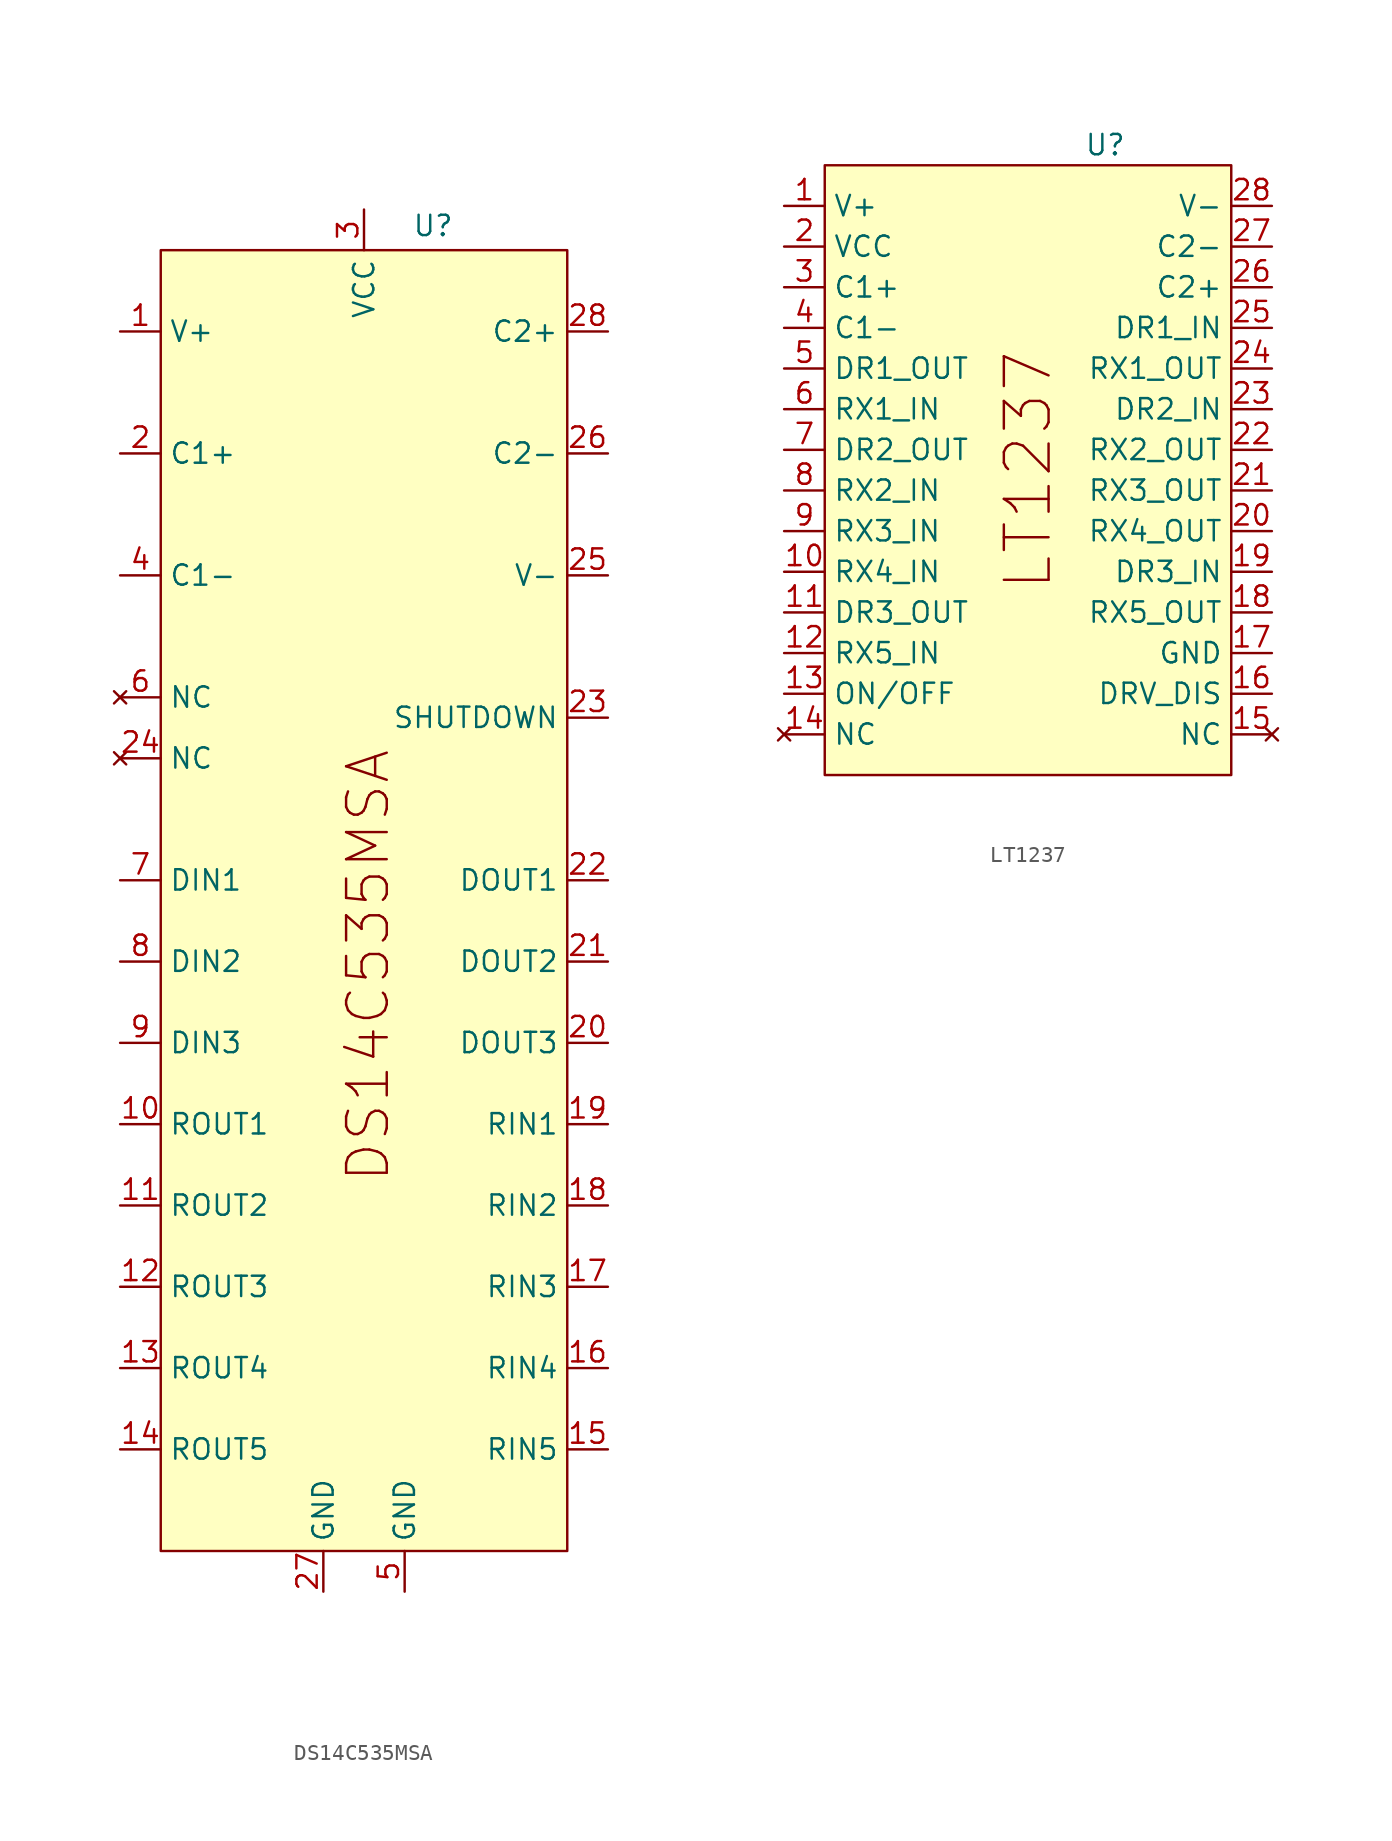
<source format=kicad_sym>
(kicad_symbol_lib
  (version 20241209)
  (generator "kicad_symbol_editor")
  (generator_version "9.0")
  (symbol "DS14C535MSA"
    (property "Reference" "U"
      (at 4.318 42.164 0)
      (effects (font (size 1.27 1.27))))
    (property "Value" ""
      (at 0 0 0)
      (effects (font (size 1.27 1.27))))
    (symbol "DS14C535MSA_1_1"
      (rectangle (start -12.7 40.64) (end 12.7 -40.64) (stroke (width 0) (type solid)) (fill (type color) (color 255 255 194 1)))
      (text "DS14C535MSA" (at 0.254 -4.064 900) (effects (font (size 2.54 2.54))))
      (pin passive line (at -15.24 35.56 0) (length 2.54) (name "V+" (effects (font (size 1.27 1.27)))) (number "1" (effects (font (size 1.27 1.27)))))
      (pin passive line (at -15.24 27.94 0) (length 2.54) (name "C1+" (effects (font (size 1.27 1.27)))) (number "2" (effects (font (size 1.27 1.27)))))
      (pin passive line (at -15.24 20.32 0) (length 2.54) (name "C1-" (effects (font (size 1.27 1.27)))) (number "4" (effects (font (size 1.27 1.27)))))
      (pin no_connect line (at -15.24 12.7 0) (length 2.54) (name "NC" (effects (font (size 1.27 1.27)))) (number "6" (effects (font (size 1.27 1.27)))))
      (pin no_connect line (at -15.24 8.89 0) (length 2.54) (name "NC" (effects (font (size 1.27 1.27)))) (number "24" (effects (font (size 1.27 1.27)))))
      (pin input line (at -15.24 1.27 0) (length 2.54) (name "DIN1" (effects (font (size 1.27 1.27)))) (number "7" (effects (font (size 1.27 1.27)))))
      (pin input line (at -15.24 -3.81 0) (length 2.54) (name "DIN2" (effects (font (size 1.27 1.27)))) (number "8" (effects (font (size 1.27 1.27)))))
      (pin input line (at -15.24 -8.89 0) (length 2.54) (name "DIN3" (effects (font (size 1.27 1.27)))) (number "9" (effects (font (size 1.27 1.27)))))
      (pin output line (at -15.24 -13.97 0) (length 2.54) (name "ROUT1" (effects (font (size 1.27 1.27)))) (number "10" (effects (font (size 1.27 1.27)))))
      (pin output line (at -15.24 -19.05 0) (length 2.54) (name "ROUT2" (effects (font (size 1.27 1.27)))) (number "11" (effects (font (size 1.27 1.27)))))
      (pin output line (at -15.24 -24.13 0) (length 2.54) (name "ROUT3" (effects (font (size 1.27 1.27)))) (number "12" (effects (font (size 1.27 1.27)))))
      (pin output line (at -15.24 -29.21 0) (length 2.54) (name "ROUT4" (effects (font (size 1.27 1.27)))) (number "13" (effects (font (size 1.27 1.27)))))
      (pin output line (at -15.24 -34.29 0) (length 2.54) (name "ROUT5" (effects (font (size 1.27 1.27)))) (number "14" (effects (font (size 1.27 1.27)))))
      (pin power_in line (at -2.54 -43.18 90) (length 2.54) (name "GND" (effects (font (size 1.27 1.27)))) (number "27" (effects (font (size 1.27 1.27)))))
      (pin power_in line (at 0 43.18 270) (length 2.54) (name "VCC" (effects (font (size 1.27 1.27)))) (number "3" (effects (font (size 1.27 1.27)))))
      (pin power_in line (at 2.54 -43.18 90) (length 2.54) (name "GND" (effects (font (size 1.27 1.27)))) (number "5" (effects (font (size 1.27 1.27)))))
      (pin passive line (at 15.24 35.56 180) (length 2.54) (name "C2+" (effects (font (size 1.27 1.27)))) (number "28" (effects (font (size 1.27 1.27)))))
      (pin passive line (at 15.24 27.94 180) (length 2.54) (name "C2-" (effects (font (size 1.27 1.27)))) (number "26" (effects (font (size 1.27 1.27)))))
      (pin passive line (at 15.24 20.32 180) (length 2.54) (name "V-" (effects (font (size 1.27 1.27)))) (number "25" (effects (font (size 1.27 1.27)))))
      (pin input line (at 15.24 11.43 180) (length 2.54) (name "SHUTDOWN" (effects (font (size 1.27 1.27)))) (number "23" (effects (font (size 1.27 1.27)))))
      (pin output line (at 15.24 1.27 180) (length 2.54) (name "DOUT1" (effects (font (size 1.27 1.27)))) (number "22" (effects (font (size 1.27 1.27)))))
      (pin output line (at 15.24 -3.81 180) (length 2.54) (name "DOUT2" (effects (font (size 1.27 1.27)))) (number "21" (effects (font (size 1.27 1.27)))))
      (pin output line (at 15.24 -8.89 180) (length 2.54) (name "DOUT3" (effects (font (size 1.27 1.27)))) (number "20" (effects (font (size 1.27 1.27)))))
      (pin input line (at 15.24 -13.97 180) (length 2.54) (name "RIN1" (effects (font (size 1.27 1.27)))) (number "19" (effects (font (size 1.27 1.27)))))
      (pin input line (at 15.24 -19.05 180) (length 2.54) (name "RIN2" (effects (font (size 1.27 1.27)))) (number "18" (effects (font (size 1.27 1.27)))))
      (pin input line (at 15.24 -24.13 180) (length 2.54) (name "RIN3" (effects (font (size 1.27 1.27)))) (number "17" (effects (font (size 1.27 1.27)))))
      (pin input line (at 15.24 -29.21 180) (length 2.54) (name "RIN4" (effects (font (size 1.27 1.27)))) (number "16" (effects (font (size 1.27 1.27)))))
      (pin input line (at 15.24 -34.29 180) (length 2.54) (name "RIN5" (effects (font (size 1.27 1.27)))) (number "15" (effects (font (size 1.27 1.27)))))))
  (symbol "LT1237"
    (property "Reference" "U"
      (at 4.826 20.32 0)
      (effects (font (size 1.27 1.27))))
    (property "Value" ""
      (at 0 0 0)
      (effects (font (size 1.27 1.27))))
    (symbol "LT1237_1_1"
      (rectangle (start -12.7 19.05) (end 12.7 -19.05) (stroke (width 0) (type solid)) (fill (type color) (color 255 255 194 1)))
      (text "LT1237" (at 0 0 900) (effects (font (size 2.794 2.794))))
      (pin passive line (at -15.24 16.51 0) (length 2.54) (name "V+" (effects (font (size 1.27 1.27)))) (number "1" (effects (font (size 1.27 1.27)))))
      (pin power_in line (at -15.24 13.97 0) (length 2.54) (name "VCC" (effects (font (size 1.27 1.27)))) (number "2" (effects (font (size 1.27 1.27)))))
      (pin passive line (at -15.24 11.43 0) (length 2.54) (name "C1+" (effects (font (size 1.27 1.27)))) (number "3" (effects (font (size 1.27 1.27)))))
      (pin passive line (at -15.24 8.89 0) (length 2.54) (name "C1-" (effects (font (size 1.27 1.27)))) (number "4" (effects (font (size 1.27 1.27)))))
      (pin output line (at -15.24 6.35 0) (length 2.54) (name "DR1_OUT" (effects (font (size 1.27 1.27)))) (number "5" (effects (font (size 1.27 1.27)))))
      (pin input line (at -15.24 3.81 0) (length 2.54) (name "RX1_IN" (effects (font (size 1.27 1.27)))) (number "6" (effects (font (size 1.27 1.27)))))
      (pin output line (at -15.24 1.27 0) (length 2.54) (name "DR2_OUT" (effects (font (size 1.27 1.27)))) (number "7" (effects (font (size 1.27 1.27)))))
      (pin input line (at -15.24 -1.27 0) (length 2.54) (name "RX2_IN" (effects (font (size 1.27 1.27)))) (number "8" (effects (font (size 1.27 1.27)))))
      (pin input line (at -15.24 -3.81 0) (length 2.54) (name "RX3_IN" (effects (font (size 1.27 1.27)))) (number "9" (effects (font (size 1.27 1.27)))))
      (pin input line (at -15.24 -6.35 0) (length 2.54) (name "RX4_IN" (effects (font (size 1.27 1.27)))) (number "10" (effects (font (size 1.27 1.27)))))
      (pin output line (at -15.24 -8.89 0) (length 2.54) (name "DR3_OUT" (effects (font (size 1.27 1.27)))) (number "11" (effects (font (size 1.27 1.27)))))
      (pin input line (at -15.24 -11.43 0) (length 2.54) (name "RX5_IN" (effects (font (size 1.27 1.27)))) (number "12" (effects (font (size 1.27 1.27)))))
      (pin input line (at -15.24 -13.97 0) (length 2.54) (name "ON/OFF" (effects (font (size 1.27 1.27)))) (number "13" (effects (font (size 1.27 1.27)))))
      (pin no_connect line (at -15.24 -16.51 0) (length 2.54) (name "NC" (effects (font (size 1.27 1.27)))) (number "14" (effects (font (size 1.27 1.27)))))
      (pin passive line (at 15.24 16.51 180) (length 2.54) (name "V-" (effects (font (size 1.27 1.27)))) (number "28" (effects (font (size 1.27 1.27)))))
      (pin passive line (at 15.24 13.97 180) (length 2.54) (name "C2-" (effects (font (size 1.27 1.27)))) (number "27" (effects (font (size 1.27 1.27)))))
      (pin passive line (at 15.24 11.43 180) (length 2.54) (name "C2+" (effects (font (size 1.27 1.27)))) (number "26" (effects (font (size 1.27 1.27)))))
      (pin input line (at 15.24 8.89 180) (length 2.54) (name "DR1_IN" (effects (font (size 1.27 1.27)))) (number "25" (effects (font (size 1.27 1.27)))))
      (pin output line (at 15.24 6.35 180) (length 2.54) (name "RX1_OUT" (effects (font (size 1.27 1.27)))) (number "24" (effects (font (size 1.27 1.27)))))
      (pin input line (at 15.24 3.81 180) (length 2.54) (name "DR2_IN" (effects (font (size 1.27 1.27)))) (number "23" (effects (font (size 1.27 1.27)))))
      (pin output line (at 15.24 1.27 180) (length 2.54) (name "RX2_OUT" (effects (font (size 1.27 1.27)))) (number "22" (effects (font (size 1.27 1.27)))))
      (pin output line (at 15.24 -1.27 180) (length 2.54) (name "RX3_OUT" (effects (font (size 1.27 1.27)))) (number "21" (effects (font (size 1.27 1.27)))))
      (pin output line (at 15.24 -3.81 180) (length 2.54) (name "RX4_OUT" (effects (font (size 1.27 1.27)))) (number "20" (effects (font (size 1.27 1.27)))))
      (pin input line (at 15.24 -6.35 180) (length 2.54) (name "DR3_IN" (effects (font (size 1.27 1.27)))) (number "19" (effects (font (size 1.27 1.27)))))
      (pin output line (at 15.24 -8.89 180) (length 2.54) (name "RX5_OUT" (effects (font (size 1.27 1.27)))) (number "18" (effects (font (size 1.27 1.27)))))
      (pin power_in line (at 15.24 -11.43 180) (length 2.54) (name "GND" (effects (font (size 1.27 1.27)))) (number "17" (effects (font (size 1.27 1.27)))))
      (pin input line (at 15.24 -13.97 180) (length 2.54) (name "DRV_DIS" (effects (font (size 1.27 1.27)))) (number "16" (effects (font (size 1.27 1.27)))))
      (pin no_connect line (at 15.24 -16.51 180) (length 2.54) (name "NC" (effects (font (size 1.27 1.27)))) (number "15" (effects (font (size 1.27 1.27))))))))
</source>
